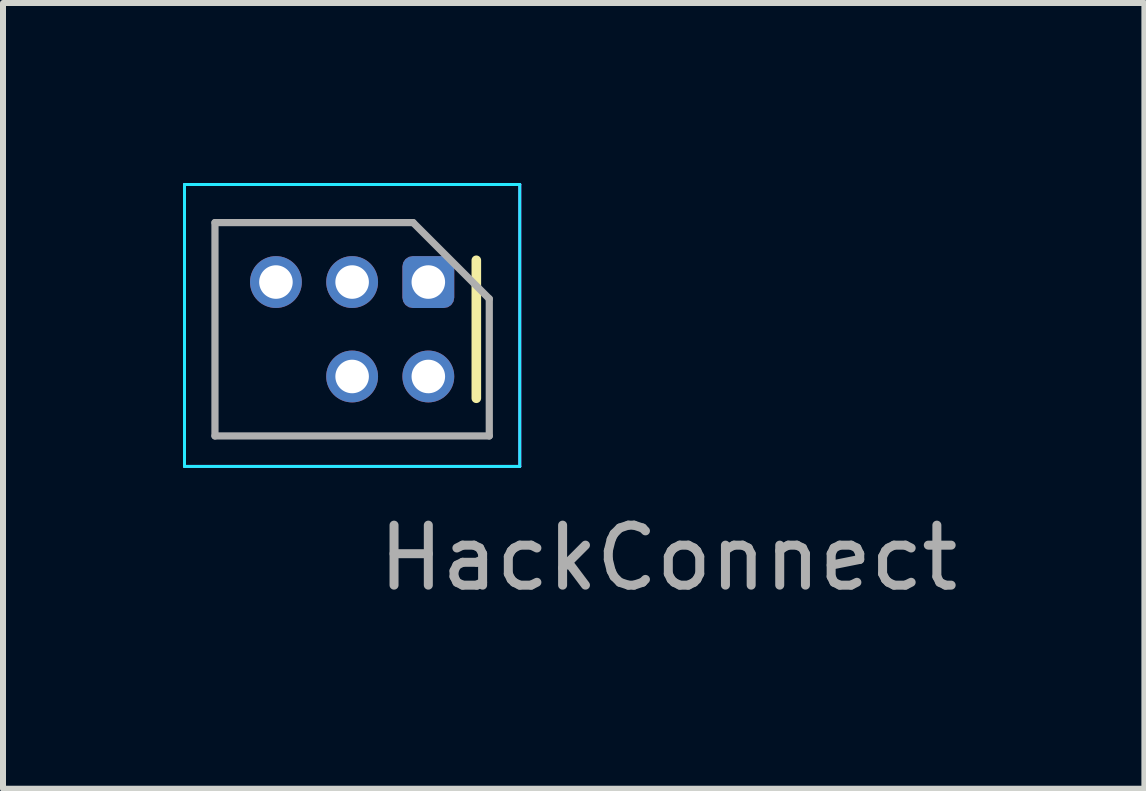
<source format=kicad_pcb>
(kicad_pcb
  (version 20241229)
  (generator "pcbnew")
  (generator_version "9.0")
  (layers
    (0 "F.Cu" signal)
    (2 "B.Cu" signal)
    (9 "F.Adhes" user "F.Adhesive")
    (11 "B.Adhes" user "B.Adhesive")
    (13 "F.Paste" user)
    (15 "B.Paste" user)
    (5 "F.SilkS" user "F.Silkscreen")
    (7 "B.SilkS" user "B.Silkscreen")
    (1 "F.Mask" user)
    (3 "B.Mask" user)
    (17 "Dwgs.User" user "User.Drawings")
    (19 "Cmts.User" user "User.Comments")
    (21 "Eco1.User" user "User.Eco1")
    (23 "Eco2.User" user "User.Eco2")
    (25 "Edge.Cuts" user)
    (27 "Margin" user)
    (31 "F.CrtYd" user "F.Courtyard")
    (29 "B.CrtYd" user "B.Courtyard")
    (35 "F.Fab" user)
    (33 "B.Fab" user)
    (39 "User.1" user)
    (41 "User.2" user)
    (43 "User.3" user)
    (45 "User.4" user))
  (footprint "HackConnect"
    (layer "F.Cu")
    (at 4.089 2.438)
    (property "Reference" "HackConnect" (at 4 3.81 0) (layer "F.Fab") (effects (font (size 1 1) (thickness 0.15))))
    (attr through_hole)
    (fp_line (start 0.8 1.15) (end 0.8 -1.15) (stroke (width 0.16) (type default)) (layer "F.SilkS"))
    (fp_line (start -4.064 -2.413) (end 1.524 -2.413) (stroke (width 0.05) (type solid)) (layer "B.CrtYd"))
    (fp_line (start -4.064 2.286) (end -4.064 -2.413) (stroke (width 0.05) (type solid)) (layer "B.CrtYd"))
    (fp_line (start 1.524 -2.413) (end 1.524 2.286) (stroke (width 0.05) (type solid)) (layer "B.CrtYd"))
    (fp_line (start 1.524 2.286) (end -4.064 2.286) (stroke (width 0.05) (type solid)) (layer "B.CrtYd"))
    (fp_line (start -4.064 -2.413) (end 1.524 -2.413) (stroke (width 0.05) (type solid)) (layer "F.CrtYd"))
    (fp_line (start -4.064 2.286) (end -4.064 -2.413) (stroke (width 0.05) (type solid)) (layer "F.CrtYd"))
    (fp_line (start 1.524 -2.413) (end 1.524 2.286) (stroke (width 0.05) (type solid)) (layer "F.CrtYd"))
    (fp_line (start 1.524 2.286) (end -4.064 2.286) (stroke (width 0.05) (type solid)) (layer "F.CrtYd"))
    (fp_line (start -3.556 -1.778) (end -0.254 -1.778) (stroke (width 0.12) (type solid)) (layer "F.Fab"))
    (fp_line (start -3.556 1.778) (end -3.556 -1.778) (stroke (width 0.12) (type solid)) (layer "F.Fab"))
    (fp_line (start -0.254 -1.778) (end 1.016 -0.508) (stroke (width 0.12) (type solid)) (layer "F.Fab"))
    (fp_line (start 1.016 -0.508) (end 1.016 1.778) (stroke (width 0.12) (type solid)) (layer "F.Fab"))
    (fp_line (start 1.016 1.778) (end -3.556 1.778) (stroke (width 0.12) (type solid)) (layer "F.Fab"))
    (pad "1" thru_hole roundrect (at 0 -0.787) (size 0.864 0.864) (drill 0.559) (layers "*.Cu" "*.Mask") (roundrect_rratio 0.2))
    (pad "2" thru_hole circle (at 0 0.787) (size 0.864 0.864) (drill 0.559) (layers "*.Cu" "*.Mask"))
    (pad "3" thru_hole circle (at -1.27 -0.787) (size 0.864 0.864) (drill 0.559) (layers "*.Cu" "*.Mask"))
    (pad "4" thru_hole circle (at -1.27 0.787) (size 0.864 0.864) (drill 0.559) (layers "*.Cu" "*.Mask"))
    (pad "5" thru_hole circle (at -2.54 -0.787) (size 0.864 0.864) (drill 0.559) (layers "*.Cu" "*.Mask")))
  (gr_rect
    (start -3 -3)
    (end 16.024 10.096)
    (stroke (width 0.1) (type default))
    (fill no)
    (layer "Edge.Cuts")))
</source>
